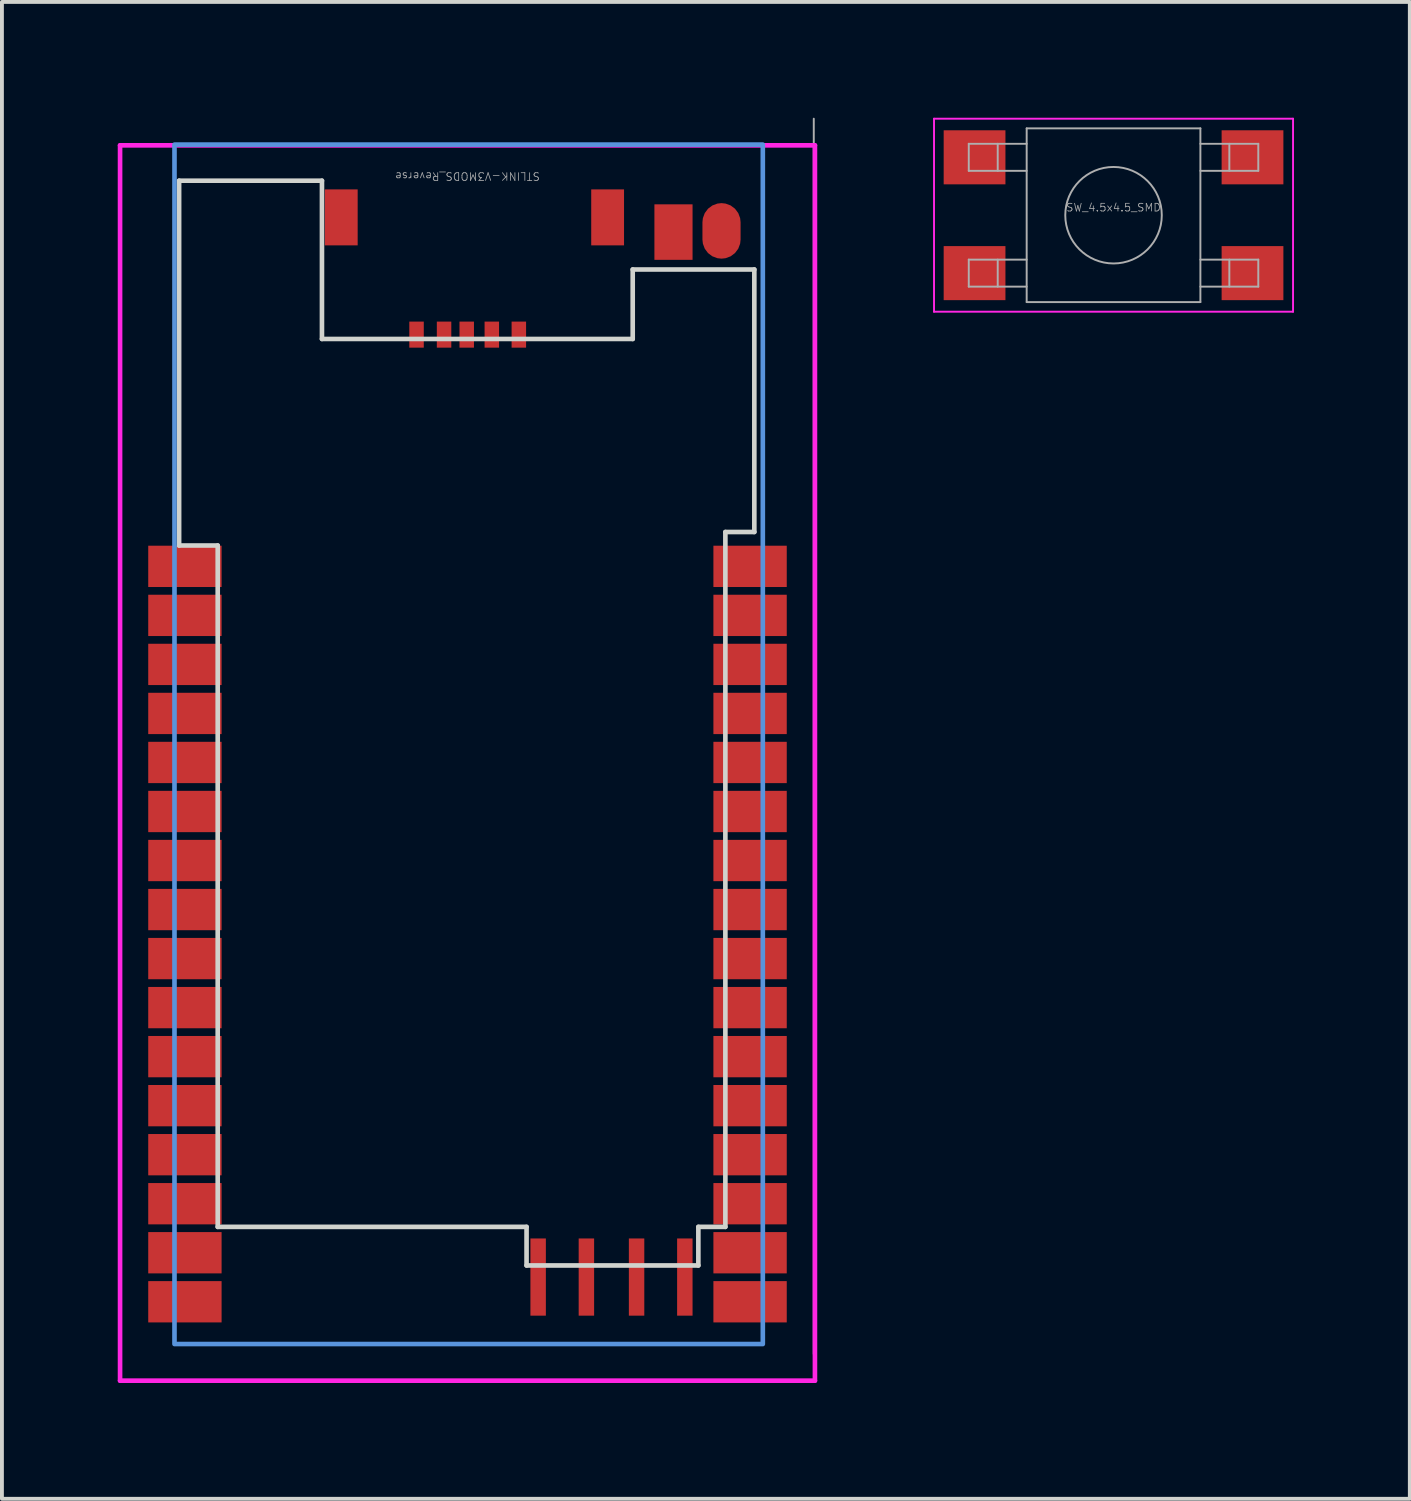
<source format=kicad_pcb>
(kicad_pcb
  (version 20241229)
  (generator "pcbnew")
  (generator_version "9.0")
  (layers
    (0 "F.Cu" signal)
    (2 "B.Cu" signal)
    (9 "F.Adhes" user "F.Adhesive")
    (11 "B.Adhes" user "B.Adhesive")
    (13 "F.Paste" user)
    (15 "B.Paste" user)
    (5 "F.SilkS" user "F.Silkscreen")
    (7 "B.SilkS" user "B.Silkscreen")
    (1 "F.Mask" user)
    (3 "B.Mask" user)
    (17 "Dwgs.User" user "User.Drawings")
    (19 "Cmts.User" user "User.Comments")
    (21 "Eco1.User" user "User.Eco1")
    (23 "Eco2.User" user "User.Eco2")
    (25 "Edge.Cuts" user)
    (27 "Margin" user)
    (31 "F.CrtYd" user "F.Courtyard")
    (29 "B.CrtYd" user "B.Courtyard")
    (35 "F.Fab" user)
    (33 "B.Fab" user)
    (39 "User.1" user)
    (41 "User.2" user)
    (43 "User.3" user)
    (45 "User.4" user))
  (footprint "SW_4.5x4.5_SMD"
    (layer "F.Cu")
    (at 25.795 2.525)
    (property "Reference" "SW_4.5x4.5_SMD" (at 0 -0.2 0) (unlocked yes) (layer "F.Fab") (effects (font (size 0.2 0.2) (thickness 0.02))))
    (attr smd)
    (fp_line (start -4.65 -2.5) (end 4.65 -2.5) (stroke (width 0.05) (type solid)) (layer "F.CrtYd"))
    (fp_line (start -4.65 2.5) (end -4.65 -2.5) (stroke (width 0.05) (type solid)) (layer "F.CrtYd"))
    (fp_line (start 4.65 -2.5) (end 4.65 2.5) (stroke (width 0.05) (type solid)) (layer "F.CrtYd"))
    (fp_line (start 4.65 2.5) (end -4.65 2.5) (stroke (width 0.05) (type solid)) (layer "F.CrtYd"))
    (fp_line (start -3.75 -1.85) (end -3.75 -1.15) (stroke (width 0.05) (type solid)) (layer "F.Fab"))
    (fp_line (start -3.75 -1.15) (end -2.25 -1.15) (stroke (width 0.05) (type solid)) (layer "F.Fab"))
    (fp_line (start -3.75 1.15) (end -3.75 1.85) (stroke (width 0.05) (type solid)) (layer "F.Fab"))
    (fp_line (start -3.75 1.85) (end -2.25 1.85) (stroke (width 0.05) (type solid)) (layer "F.Fab"))
    (fp_line (start -3 -1.85) (end -3 -1.15) (stroke (width 0.05) (type solid)) (layer "F.Fab"))
    (fp_line (start -3 1.15) (end -3 1.85) (stroke (width 0.05) (type solid)) (layer "F.Fab"))
    (fp_line (start -2.25 -2.25) (end 2.25 -2.25) (stroke (width 0.05) (type solid)) (layer "F.Fab"))
    (fp_line (start -2.25 -1.85) (end -3.75 -1.85) (stroke (width 0.05) (type solid)) (layer "F.Fab"))
    (fp_line (start -2.25 1.15) (end -3.75 1.15) (stroke (width 0.05) (type solid)) (layer "F.Fab"))
    (fp_line (start -2.25 2.25) (end -2.25 -2.25) (stroke (width 0.05) (type solid)) (layer "F.Fab"))
    (fp_line (start 2.25 -2.25) (end 2.25 2.25) (stroke (width 0.05) (type solid)) (layer "F.Fab"))
    (fp_line (start 2.25 -1.15) (end 3.75 -1.15) (stroke (width 0.05) (type solid)) (layer "F.Fab"))
    (fp_line (start 2.25 1.15) (end 3.75 1.15) (stroke (width 0.05) (type solid)) (layer "F.Fab"))
    (fp_line (start 2.25 2.25) (end -2.25 2.25) (stroke (width 0.05) (type solid)) (layer "F.Fab"))
    (fp_line (start 3 -1.85) (end 3 -1.15) (stroke (width 0.05) (type solid)) (layer "F.Fab"))
    (fp_line (start 3 1.15) (end 3 1.85) (stroke (width 0.05) (type solid)) (layer "F.Fab"))
    (fp_line (start 3.75 -1.85) (end 2.25 -1.85) (stroke (width 0.05) (type solid)) (layer "F.Fab"))
    (fp_line (start 3.75 -1.15) (end 3.75 -1.85) (stroke (width 0.05) (type solid)) (layer "F.Fab"))
    (fp_line (start 3.75 1.15) (end 3.75 1.85) (stroke (width 0.05) (type solid)) (layer "F.Fab"))
    (fp_line (start 3.75 1.85) (end 2.25 1.85) (stroke (width 0.05) (type solid)) (layer "F.Fab"))
    (fp_circle (center 0 0) (end 1.25 0) (stroke (width 0.05) (type solid)) (fill no) (layer "F.Fab"))
    (pad "1" smd rect (at -3.6 -1.5) (size 1.6 1.4) (layers "F.Cu" "F.Mask" "F.Paste"))
    (pad "1" smd rect (at 3.6 -1.5) (size 1.6 1.4) (layers "F.Cu" "F.Mask" "F.Paste"))
    (pad "2" smd rect (at -3.6 1.5) (size 1.6 1.4) (layers "F.Cu" "F.Mask" "F.Paste"))
    (pad "2" smd rect (at 3.6 1.5) (size 1.6 1.4) (layers "F.Cu" "F.Mask" "F.Paste")))
  (footprint "STLINK-V3MODS_Reverse"
    (layer "F.Cu")
    (at 9.09 16.231)
    (property "Reference" "STLINK-V3MODS_Reverse" (at -0.03 -14.716 180) (unlocked yes) (layer "F.Fab") (effects (font (size 0.2 0.2) (thickness 0.02))))
    (attr smd)
    (fp_rect (start -7.62 -15.535) (end 7.62 15.535) (stroke (width 0.12) (type default)) (fill no) (layer "Cmts.User"))
    (fp_line (start -7.5 -14.6) (end -3.8 -14.6) (stroke (width 0.12) (type default)) (layer "Edge.Cuts"))
    (fp_line (start -7.5 -5.15) (end -7.5 -14.6) (stroke (width 0.12) (type default)) (layer "Edge.Cuts"))
    (fp_line (start -6.5 -5.15) (end -7.5 -5.15) (stroke (width 0.12) (type default)) (layer "Edge.Cuts"))
    (fp_line (start -6.5 12.5) (end -6.5 -5.15) (stroke (width 0.12) (type default)) (layer "Edge.Cuts"))
    (fp_line (start -3.8 -14.6) (end -3.8 -10.5) (stroke (width 0.12) (type default)) (layer "Edge.Cuts"))
    (fp_line (start -3.8 -10.5) (end 4.25 -10.5) (stroke (width 0.12) (type default)) (layer "Edge.Cuts"))
    (fp_line (start 1.5 12.5) (end -6.5 12.5) (stroke (width 0.12) (type default)) (layer "Edge.Cuts"))
    (fp_line (start 1.5 13.5) (end 1.5 12.5) (stroke (width 0.12) (type default)) (layer "Edge.Cuts"))
    (fp_line (start 1.5 13.5) (end 5.95 13.5) (stroke (width 0.12) (type default)) (layer "Edge.Cuts"))
    (fp_line (start 4.25 -12.3) (end 7.4 -12.3) (stroke (width 0.12) (type default)) (layer "Edge.Cuts"))
    (fp_line (start 4.25 -10.5) (end 4.25 -12.3) (stroke (width 0.12) (type default)) (layer "Edge.Cuts"))
    (fp_line (start 5.95 13.5) (end 5.95 12.5) (stroke (width 0.12) (type default)) (layer "Edge.Cuts"))
    (fp_line (start 6.65 -5.5) (end 6.65 12.5) (stroke (width 0.12) (type default)) (layer "Edge.Cuts"))
    (fp_line (start 6.65 12.5) (end 5.95 12.5) (stroke (width 0.12) (type default)) (layer "Edge.Cuts"))
    (fp_line (start 7.4 -12.3) (end 7.4 -5.5) (stroke (width 0.12) (type default)) (layer "Edge.Cuts"))
    (fp_line (start 7.4 -5.5) (end 6.65 -5.5) (stroke (width 0.12) (type default)) (layer "Edge.Cuts"))
    (fp_line (start -9.03 -15.516) (end 8.97 -15.516) (stroke (width 0.12) (type solid)) (layer "F.CrtYd"))
    (fp_line (start -9.03 16.484) (end -9.03 -15.516) (stroke (width 0.12) (type solid)) (layer "F.CrtYd"))
    (fp_line (start 8.97 -15.516) (end 8.97 16.484) (stroke (width 0.12) (type solid)) (layer "F.CrtYd"))
    (fp_line (start 8.97 16.484) (end -9.03 16.484) (stroke (width 0.12) (type solid)) (layer "F.CrtYd"))
    (fp_line (start -9.03 -15.516) (end -9.03 16.484) (stroke (width 0.05) (type solid)) (layer "F.Fab"))
    (fp_line (start -9.03 16.484) (end 8.97 16.484) (stroke (width 0.05) (type solid)) (layer "F.Fab"))
    (fp_line (start 8.94 15.794) (end 8.94 -16.206) (stroke (width 0.05) (type solid)) (layer "F.Fab"))
    (fp_line (start 8.97 -15.516) (end -9.03 -15.516) (stroke (width 0.05) (type solid)) (layer "F.Fab"))
    (pad "1" smd rect (at 7.29 -4.61) (size 1.9 1.07) (layers "F.Cu" "F.Mask" "F.Paste"))
    (pad "2" smd rect (at 7.29 -3.34) (size 1.9 1.07) (layers "F.Cu" "F.Mask" "F.Paste"))
    (pad "3" smd rect (at 7.29 -2.07) (size 1.9 1.07) (layers "F.Cu" "F.Mask" "F.Paste"))
    (pad "4" smd rect (at 7.29 -0.8) (size 1.9 1.07) (layers "F.Cu" "F.Mask" "F.Paste"))
    (pad "5" smd rect (at 7.29 0.47) (size 1.9 1.07) (layers "F.Cu" "F.Mask" "F.Paste"))
    (pad "6" smd rect (at 7.29 1.74) (size 1.9 1.07) (layers "F.Cu" "F.Mask" "F.Paste"))
    (pad "7" smd rect (at 7.29 3.01) (size 1.9 1.07) (layers "F.Cu" "F.Mask" "F.Paste"))
    (pad "8" smd rect (at 7.29 4.28) (size 1.9 1.07) (layers "F.Cu" "F.Mask" "F.Paste"))
    (pad "9" smd rect (at 7.29 5.55) (size 1.9 1.07) (layers "F.Cu" "F.Mask" "F.Paste"))
    (pad "10" smd rect (at 7.29 6.82) (size 1.9 1.07) (layers "F.Cu" "F.Mask" "F.Paste"))
    (pad "11" smd rect (at 7.29 8.09) (size 1.9 1.07) (layers "F.Cu" "F.Mask" "F.Paste"))
    (pad "12" smd rect (at 7.29 9.36) (size 1.9 1.07) (layers "F.Cu" "F.Mask" "F.Paste"))
    (pad "13" smd rect (at 7.29 10.63) (size 1.9 1.07) (layers "F.Cu" "F.Mask" "F.Paste"))
    (pad "14" smd rect (at 7.29 11.9) (size 1.9 1.07) (layers "F.Cu" "F.Mask" "F.Paste"))
    (pad "15" smd rect (at 7.29 13.17) (size 1.9 1.07) (layers "F.Cu" "F.Mask" "F.Paste"))
    (pad "16" smd rect (at 7.29 14.44) (size 1.9 1.07) (layers "F.Cu" "F.Mask" "F.Paste"))
    (pad "17" smd rect (at -7.35 14.44) (size 1.9 1.07) (layers "F.Cu" "F.Mask" "F.Paste"))
    (pad "18" smd rect (at -7.35 13.17) (size 1.9 1.07) (layers "F.Cu" "F.Mask" "F.Paste"))
    (pad "19" smd rect (at -7.35 11.9) (size 1.9 1.07) (layers "F.Cu" "F.Mask" "F.Paste"))
    (pad "20" smd rect (at -7.35 10.63) (size 1.9 1.07) (layers "F.Cu" "F.Mask" "F.Paste"))
    (pad "21" smd rect (at -7.35 9.36) (size 1.9 1.07) (layers "F.Cu" "F.Mask" "F.Paste"))
    (pad "22" smd rect (at -7.35 8.09) (size 1.9 1.07) (layers "F.Cu" "F.Mask" "F.Paste"))
    (pad "23" smd rect (at -7.35 6.82) (size 1.9 1.07) (layers "F.Cu" "F.Mask" "F.Paste"))
    (pad "24" smd rect (at -7.35 5.55) (size 1.9 1.07) (layers "F.Cu" "F.Mask" "F.Paste"))
    (pad "25" smd rect (at -7.35 4.28) (size 1.9 1.07) (layers "F.Cu" "F.Mask" "F.Paste"))
    (pad "26" smd rect (at -7.35 3.01) (size 1.9 1.07) (layers "F.Cu" "F.Mask" "F.Paste"))
    (pad "27" smd rect (at -7.35 1.74) (size 1.9 1.07) (layers "F.Cu" "F.Mask" "F.Paste"))
    (pad "28" smd rect (at -7.35 0.47) (size 1.9 1.07) (layers "F.Cu" "F.Mask" "F.Paste"))
    (pad "29" smd rect (at -7.35 -0.8) (size 1.9 1.07) (layers "F.Cu" "F.Mask" "F.Paste"))
    (pad "30" smd rect (at -7.35 -2.07) (size 1.9 1.07) (layers "F.Cu" "F.Mask" "F.Paste"))
    (pad "31" smd rect (at -7.35 -3.34) (size 1.9 1.07) (layers "F.Cu" "F.Mask" "F.Paste"))
    (pad "32" smd rect (at -7.35 -4.61) (size 1.9 1.07) (layers "F.Cu" "F.Mask" "F.Paste"))
    (pad "E1" smd rect (at 1.8 13.8) (size 0.4 2) (layers "F.Cu" "F.Mask" "F.Paste"))
    (pad "E2" smd rect (at 3.05 13.8) (size 0.4 2) (layers "F.Cu" "F.Mask" "F.Paste"))
    (pad "E3" smd rect (at 5.6 13.8) (size 0.4 2) (layers "F.Cu" "F.Mask" "F.Paste"))
    (pad "E4" smd roundrect (at 6.55 -13.3) (size 0.988 1.438) (layers "F.Cu" "F.Mask" "F.Paste") (roundrect_rratio 0.5))
    (pad "E5" smd rect (at 0.6 -10.613) (size 0.375 0.675) (layers "F.Cu" "F.Mask" "F.Paste"))
    (pad "E6" smd rect (at -0.05 -10.613) (size 0.375 0.675) (layers "F.Cu" "F.Mask" "F.Paste"))
    (pad "E7" smd rect (at -0.637 -10.613) (size 0.375 0.675) (layers "F.Cu" "F.Mask" "F.Paste"))
    (pad "E8" smd rect (at -1.35 -10.613) (size 0.375 0.675) (layers "F.Cu" "F.Mask" "F.Paste"))
    (pad "EP" smd rect (at -3.3 -13.65) (size 0.85 1.45) (layers "F.Cu" "F.Mask" "F.Paste"))
    (pad "EP" smd rect (at 1.3 -10.613) (size 0.375 0.675) (layers "F.Cu" "F.Mask" "F.Paste"))
    (pad "EP" smd rect (at 3.6 -13.65) (size 0.85 1.45) (layers "F.Cu" "F.Mask" "F.Paste"))
    (pad "EP" smd rect (at 4.35 13.8) (size 0.4 2) (layers "F.Cu" "F.Mask" "F.Paste"))
    (pad "EP" smd rect (at 5.306 -13.269) (size 0.988 1.438) (layers "F.Cu" "F.Mask" "F.Paste")))
  (gr_rect
    (start -3 -3)
    (end 33.47 35.775)
    (stroke (width 0.1) (type default))
    (fill no)
    (layer "Edge.Cuts")))
</source>
